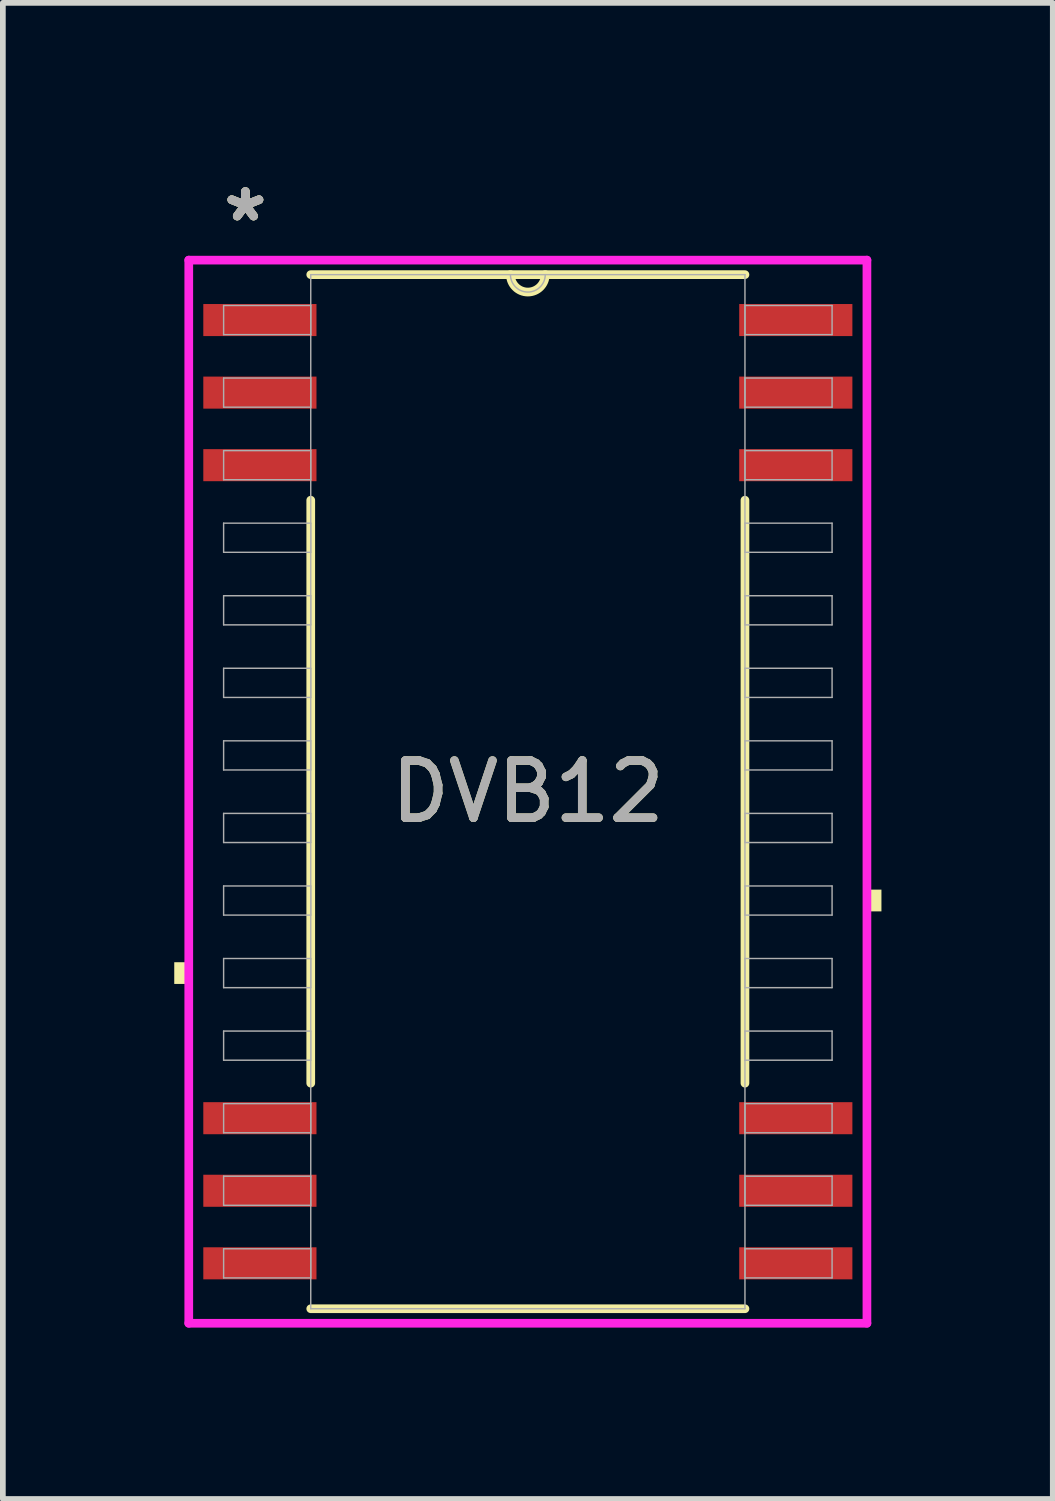
<source format=kicad_pcb>
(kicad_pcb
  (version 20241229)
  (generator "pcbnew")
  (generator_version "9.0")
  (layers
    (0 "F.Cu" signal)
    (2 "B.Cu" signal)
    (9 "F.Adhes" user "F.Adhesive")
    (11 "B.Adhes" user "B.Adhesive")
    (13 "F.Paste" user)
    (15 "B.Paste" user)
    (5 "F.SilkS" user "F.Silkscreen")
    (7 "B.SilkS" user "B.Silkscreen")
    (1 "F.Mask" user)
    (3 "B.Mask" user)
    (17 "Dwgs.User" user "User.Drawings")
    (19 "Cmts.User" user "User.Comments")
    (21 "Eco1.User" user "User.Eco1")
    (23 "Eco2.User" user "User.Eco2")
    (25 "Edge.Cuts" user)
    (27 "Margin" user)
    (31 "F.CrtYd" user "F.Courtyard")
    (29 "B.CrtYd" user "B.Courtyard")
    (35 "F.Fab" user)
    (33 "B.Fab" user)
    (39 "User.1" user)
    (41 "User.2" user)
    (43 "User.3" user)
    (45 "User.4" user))
  (footprint "DVB12"
    (layer "F.Cu")
    (at 6.189 10.807)
    (property "Reference" "DVB12" (at 0 0 0) (unlocked yes) (layer "F.SilkS") (effects (font (size 1 1) (thickness 0.15))))
    (attr smd)
    (fp_line (start -3.8 -5.102) (end -3.8 5.102) (stroke (width 0.152) (type solid)) (layer "F.SilkS"))
    (fp_line (start -3.8 9.05) (end 3.8 9.05) (stroke (width 0.152) (type solid)) (layer "F.SilkS"))
    (fp_line (start 3.8 -9.05) (end -3.8 -9.05) (stroke (width 0.152) (type solid)) (layer "F.SilkS"))
    (fp_line (start 3.8 5.102) (end 3.8 -5.102) (stroke (width 0.152) (type solid)) (layer "F.SilkS"))
    (fp_arc (start 0.3048 -9.05) (mid 0 -8.7452) (end -0.3048 -9.05) (stroke (width 0.1524) (type solid)) (layer "F.SilkS"))
    (fp_poly (pts (xy -6.189 2.985) (xy -6.189 3.365) (xy -5.935 3.365) (xy -5.935 2.985)) (stroke (width 0) (type solid)) (fill yes) (layer "F.SilkS"))
    (fp_poly (pts (xy 6.189 1.714) (xy 6.189 2.095) (xy 5.935 2.095) (xy 5.935 1.714)) (stroke (width 0) (type solid)) (fill yes) (layer "F.SilkS"))
    (fp_line (start -5.935 -9.304) (end 5.935 -9.304) (stroke (width 0.152) (type solid)) (layer "F.CrtYd"))
    (fp_line (start -5.935 9.304) (end -5.935 -9.304) (stroke (width 0.152) (type solid)) (layer "F.CrtYd"))
    (fp_line (start 5.935 -9.304) (end 5.935 9.304) (stroke (width 0.152) (type solid)) (layer "F.CrtYd"))
    (fp_line (start 5.935 9.304) (end -5.935 9.304) (stroke (width 0.152) (type solid)) (layer "F.CrtYd"))
    (fp_line (start -5.325 -8.51) (end -5.325 -8) (stroke (width 0.025) (type solid)) (layer "F.Fab"))
    (fp_line (start -5.325 -8) (end -3.8 -8) (stroke (width 0.025) (type solid)) (layer "F.Fab"))
    (fp_line (start -5.325 -7.24) (end -5.325 -6.73) (stroke (width 0.025) (type solid)) (layer "F.Fab"))
    (fp_line (start -5.325 -6.73) (end -3.8 -6.73) (stroke (width 0.025) (type solid)) (layer "F.Fab"))
    (fp_line (start -5.325 -5.97) (end -5.325 -5.46) (stroke (width 0.025) (type solid)) (layer "F.Fab"))
    (fp_line (start -5.325 -5.46) (end -3.8 -5.46) (stroke (width 0.025) (type solid)) (layer "F.Fab"))
    (fp_line (start -5.325 -4.7) (end -5.325 -4.19) (stroke (width 0.025) (type solid)) (layer "F.Fab"))
    (fp_line (start -5.325 -4.19) (end -3.8 -4.19) (stroke (width 0.025) (type solid)) (layer "F.Fab"))
    (fp_line (start -5.325 -3.43) (end -5.325 -2.92) (stroke (width 0.025) (type solid)) (layer "F.Fab"))
    (fp_line (start -5.325 -2.92) (end -3.8 -2.92) (stroke (width 0.025) (type solid)) (layer "F.Fab"))
    (fp_line (start -5.325 -2.16) (end -5.325 -1.65) (stroke (width 0.025) (type solid)) (layer "F.Fab"))
    (fp_line (start -5.325 -1.65) (end -3.8 -1.65) (stroke (width 0.025) (type solid)) (layer "F.Fab"))
    (fp_line (start -5.325 -0.89) (end -5.325 -0.38) (stroke (width 0.025) (type solid)) (layer "F.Fab"))
    (fp_line (start -5.325 -0.38) (end -3.8 -0.38) (stroke (width 0.025) (type solid)) (layer "F.Fab"))
    (fp_line (start -5.325 0.38) (end -5.325 0.89) (stroke (width 0.025) (type solid)) (layer "F.Fab"))
    (fp_line (start -5.325 0.89) (end -3.8 0.89) (stroke (width 0.025) (type solid)) (layer "F.Fab"))
    (fp_line (start -5.325 1.65) (end -5.325 2.16) (stroke (width 0.025) (type solid)) (layer "F.Fab"))
    (fp_line (start -5.325 2.16) (end -3.8 2.16) (stroke (width 0.025) (type solid)) (layer "F.Fab"))
    (fp_line (start -5.325 2.92) (end -5.325 3.43) (stroke (width 0.025) (type solid)) (layer "F.Fab"))
    (fp_line (start -5.325 3.43) (end -3.8 3.43) (stroke (width 0.025) (type solid)) (layer "F.Fab"))
    (fp_line (start -5.325 4.19) (end -5.325 4.7) (stroke (width 0.025) (type solid)) (layer "F.Fab"))
    (fp_line (start -5.325 4.7) (end -3.8 4.7) (stroke (width 0.025) (type solid)) (layer "F.Fab"))
    (fp_line (start -5.325 5.46) (end -5.325 5.97) (stroke (width 0.025) (type solid)) (layer "F.Fab"))
    (fp_line (start -5.325 5.97) (end -3.8 5.97) (stroke (width 0.025) (type solid)) (layer "F.Fab"))
    (fp_line (start -5.325 6.73) (end -5.325 7.24) (stroke (width 0.025) (type solid)) (layer "F.Fab"))
    (fp_line (start -5.325 7.24) (end -3.8 7.24) (stroke (width 0.025) (type solid)) (layer "F.Fab"))
    (fp_line (start -5.325 8) (end -5.325 8.51) (stroke (width 0.025) (type solid)) (layer "F.Fab"))
    (fp_line (start -5.325 8.51) (end -3.8 8.51) (stroke (width 0.025) (type solid)) (layer "F.Fab"))
    (fp_line (start -3.8 -9.05) (end -3.8 9.05) (stroke (width 0.025) (type solid)) (layer "F.Fab"))
    (fp_line (start -3.8 -8.51) (end -5.325 -8.51) (stroke (width 0.025) (type solid)) (layer "F.Fab"))
    (fp_line (start -3.8 -8) (end -3.8 -8.51) (stroke (width 0.025) (type solid)) (layer "F.Fab"))
    (fp_line (start -3.8 -7.24) (end -5.325 -7.24) (stroke (width 0.025) (type solid)) (layer "F.Fab"))
    (fp_line (start -3.8 -6.73) (end -3.8 -7.24) (stroke (width 0.025) (type solid)) (layer "F.Fab"))
    (fp_line (start -3.8 -5.97) (end -5.325 -5.97) (stroke (width 0.025) (type solid)) (layer "F.Fab"))
    (fp_line (start -3.8 -5.46) (end -3.8 -5.97) (stroke (width 0.025) (type solid)) (layer "F.Fab"))
    (fp_line (start -3.8 -4.7) (end -5.325 -4.7) (stroke (width 0.025) (type solid)) (layer "F.Fab"))
    (fp_line (start -3.8 -4.19) (end -3.8 -4.7) (stroke (width 0.025) (type solid)) (layer "F.Fab"))
    (fp_line (start -3.8 -3.43) (end -5.325 -3.43) (stroke (width 0.025) (type solid)) (layer "F.Fab"))
    (fp_line (start -3.8 -2.92) (end -3.8 -3.43) (stroke (width 0.025) (type solid)) (layer "F.Fab"))
    (fp_line (start -3.8 -2.16) (end -5.325 -2.16) (stroke (width 0.025) (type solid)) (layer "F.Fab"))
    (fp_line (start -3.8 -1.65) (end -3.8 -2.16) (stroke (width 0.025) (type solid)) (layer "F.Fab"))
    (fp_line (start -3.8 -0.89) (end -5.325 -0.89) (stroke (width 0.025) (type solid)) (layer "F.Fab"))
    (fp_line (start -3.8 -0.38) (end -3.8 -0.89) (stroke (width 0.025) (type solid)) (layer "F.Fab"))
    (fp_line (start -3.8 0.38) (end -5.325 0.38) (stroke (width 0.025) (type solid)) (layer "F.Fab"))
    (fp_line (start -3.8 0.89) (end -3.8 0.38) (stroke (width 0.025) (type solid)) (layer "F.Fab"))
    (fp_line (start -3.8 1.65) (end -5.325 1.65) (stroke (width 0.025) (type solid)) (layer "F.Fab"))
    (fp_line (start -3.8 2.16) (end -3.8 1.65) (stroke (width 0.025) (type solid)) (layer "F.Fab"))
    (fp_line (start -3.8 2.92) (end -5.325 2.92) (stroke (width 0.025) (type solid)) (layer "F.Fab"))
    (fp_line (start -3.8 3.43) (end -3.8 2.92) (stroke (width 0.025) (type solid)) (layer "F.Fab"))
    (fp_line (start -3.8 4.19) (end -5.325 4.19) (stroke (width 0.025) (type solid)) (layer "F.Fab"))
    (fp_line (start -3.8 4.7) (end -3.8 4.19) (stroke (width 0.025) (type solid)) (layer "F.Fab"))
    (fp_line (start -3.8 5.46) (end -5.325 5.46) (stroke (width 0.025) (type solid)) (layer "F.Fab"))
    (fp_line (start -3.8 5.97) (end -3.8 5.46) (stroke (width 0.025) (type solid)) (layer "F.Fab"))
    (fp_line (start -3.8 6.73) (end -5.325 6.73) (stroke (width 0.025) (type solid)) (layer "F.Fab"))
    (fp_line (start -3.8 7.24) (end -3.8 6.73) (stroke (width 0.025) (type solid)) (layer "F.Fab"))
    (fp_line (start -3.8 8) (end -5.325 8) (stroke (width 0.025) (type solid)) (layer "F.Fab"))
    (fp_line (start -3.8 8.51) (end -3.8 8) (stroke (width 0.025) (type solid)) (layer "F.Fab"))
    (fp_line (start -3.8 9.05) (end 3.8 9.05) (stroke (width 0.025) (type solid)) (layer "F.Fab"))
    (fp_line (start 3.8 -9.05) (end -3.8 -9.05) (stroke (width 0.025) (type solid)) (layer "F.Fab"))
    (fp_line (start 3.8 -8.51) (end 3.8 -8) (stroke (width 0.025) (type solid)) (layer "F.Fab"))
    (fp_line (start 3.8 -8) (end 5.325 -8) (stroke (width 0.025) (type solid)) (layer "F.Fab"))
    (fp_line (start 3.8 -7.24) (end 3.8 -6.73) (stroke (width 0.025) (type solid)) (layer "F.Fab"))
    (fp_line (start 3.8 -6.73) (end 5.325 -6.73) (stroke (width 0.025) (type solid)) (layer "F.Fab"))
    (fp_line (start 3.8 -5.97) (end 3.8 -5.46) (stroke (width 0.025) (type solid)) (layer "F.Fab"))
    (fp_line (start 3.8 -5.46) (end 5.325 -5.46) (stroke (width 0.025) (type solid)) (layer "F.Fab"))
    (fp_line (start 3.8 -4.7) (end 3.8 -4.19) (stroke (width 0.025) (type solid)) (layer "F.Fab"))
    (fp_line (start 3.8 -4.19) (end 5.325 -4.19) (stroke (width 0.025) (type solid)) (layer "F.Fab"))
    (fp_line (start 3.8 -3.43) (end 3.8 -2.92) (stroke (width 0.025) (type solid)) (layer "F.Fab"))
    (fp_line (start 3.8 -2.92) (end 5.325 -2.92) (stroke (width 0.025) (type solid)) (layer "F.Fab"))
    (fp_line (start 3.8 -2.16) (end 3.8 -1.65) (stroke (width 0.025) (type solid)) (layer "F.Fab"))
    (fp_line (start 3.8 -1.65) (end 5.325 -1.65) (stroke (width 0.025) (type solid)) (layer "F.Fab"))
    (fp_line (start 3.8 -0.89) (end 3.8 -0.38) (stroke (width 0.025) (type solid)) (layer "F.Fab"))
    (fp_line (start 3.8 -0.38) (end 5.325 -0.38) (stroke (width 0.025) (type solid)) (layer "F.Fab"))
    (fp_line (start 3.8 0.38) (end 3.8 0.89) (stroke (width 0.025) (type solid)) (layer "F.Fab"))
    (fp_line (start 3.8 0.89) (end 5.325 0.89) (stroke (width 0.025) (type solid)) (layer "F.Fab"))
    (fp_line (start 3.8 1.65) (end 3.8 2.16) (stroke (width 0.025) (type solid)) (layer "F.Fab"))
    (fp_line (start 3.8 2.16) (end 5.325 2.16) (stroke (width 0.025) (type solid)) (layer "F.Fab"))
    (fp_line (start 3.8 2.92) (end 3.8 3.43) (stroke (width 0.025) (type solid)) (layer "F.Fab"))
    (fp_line (start 3.8 3.43) (end 5.325 3.43) (stroke (width 0.025) (type solid)) (layer "F.Fab"))
    (fp_line (start 3.8 4.19) (end 3.8 4.7) (stroke (width 0.025) (type solid)) (layer "F.Fab"))
    (fp_line (start 3.8 4.7) (end 5.325 4.7) (stroke (width 0.025) (type solid)) (layer "F.Fab"))
    (fp_line (start 3.8 5.46) (end 3.8 5.97) (stroke (width 0.025) (type solid)) (layer "F.Fab"))
    (fp_line (start 3.8 5.97) (end 5.325 5.97) (stroke (width 0.025) (type solid)) (layer "F.Fab"))
    (fp_line (start 3.8 6.73) (end 3.8 7.24) (stroke (width 0.025) (type solid)) (layer "F.Fab"))
    (fp_line (start 3.8 7.24) (end 5.325 7.24) (stroke (width 0.025) (type solid)) (layer "F.Fab"))
    (fp_line (start 3.8 8) (end 3.8 8.51) (stroke (width 0.025) (type solid)) (layer "F.Fab"))
    (fp_line (start 3.8 8.51) (end 5.325 8.51) (stroke (width 0.025) (type solid)) (layer "F.Fab"))
    (fp_line (start 3.8 9.05) (end 3.8 -9.05) (stroke (width 0.025) (type solid)) (layer "F.Fab"))
    (fp_line (start 5.325 -8.51) (end 3.8 -8.51) (stroke (width 0.025) (type solid)) (layer "F.Fab"))
    (fp_line (start 5.325 -8) (end 5.325 -8.51) (stroke (width 0.025) (type solid)) (layer "F.Fab"))
    (fp_line (start 5.325 -7.24) (end 3.8 -7.24) (stroke (width 0.025) (type solid)) (layer "F.Fab"))
    (fp_line (start 5.325 -6.73) (end 5.325 -7.24) (stroke (width 0.025) (type solid)) (layer "F.Fab"))
    (fp_line (start 5.325 -5.97) (end 3.8 -5.97) (stroke (width 0.025) (type solid)) (layer "F.Fab"))
    (fp_line (start 5.325 -5.46) (end 5.325 -5.97) (stroke (width 0.025) (type solid)) (layer "F.Fab"))
    (fp_line (start 5.325 -4.7) (end 3.8 -4.7) (stroke (width 0.025) (type solid)) (layer "F.Fab"))
    (fp_line (start 5.325 -4.19) (end 5.325 -4.7) (stroke (width 0.025) (type solid)) (layer "F.Fab"))
    (fp_line (start 5.325 -3.43) (end 3.8 -3.43) (stroke (width 0.025) (type solid)) (layer "F.Fab"))
    (fp_line (start 5.325 -2.92) (end 5.325 -3.43) (stroke (width 0.025) (type solid)) (layer "F.Fab"))
    (fp_line (start 5.325 -2.16) (end 3.8 -2.16) (stroke (width 0.025) (type solid)) (layer "F.Fab"))
    (fp_line (start 5.325 -1.65) (end 5.325 -2.16) (stroke (width 0.025) (type solid)) (layer "F.Fab"))
    (fp_line (start 5.325 -0.89) (end 3.8 -0.89) (stroke (width 0.025) (type solid)) (layer "F.Fab"))
    (fp_line (start 5.325 -0.38) (end 5.325 -0.89) (stroke (width 0.025) (type solid)) (layer "F.Fab"))
    (fp_line (start 5.325 0.38) (end 3.8 0.38) (stroke (width 0.025) (type solid)) (layer "F.Fab"))
    (fp_line (start 5.325 0.89) (end 5.325 0.38) (stroke (width 0.025) (type solid)) (layer "F.Fab"))
    (fp_line (start 5.325 1.65) (end 3.8 1.65) (stroke (width 0.025) (type solid)) (layer "F.Fab"))
    (fp_line (start 5.325 2.16) (end 5.325 1.65) (stroke (width 0.025) (type solid)) (layer "F.Fab"))
    (fp_line (start 5.325 2.92) (end 3.8 2.92) (stroke (width 0.025) (type solid)) (layer "F.Fab"))
    (fp_line (start 5.325 3.43) (end 5.325 2.92) (stroke (width 0.025) (type solid)) (layer "F.Fab"))
    (fp_line (start 5.325 4.19) (end 3.8 4.19) (stroke (width 0.025) (type solid)) (layer "F.Fab"))
    (fp_line (start 5.325 4.7) (end 5.325 4.19) (stroke (width 0.025) (type solid)) (layer "F.Fab"))
    (fp_line (start 5.325 5.46) (end 3.8 5.46) (stroke (width 0.025) (type solid)) (layer "F.Fab"))
    (fp_line (start 5.325 5.97) (end 5.325 5.46) (stroke (width 0.025) (type solid)) (layer "F.Fab"))
    (fp_line (start 5.325 6.73) (end 3.8 6.73) (stroke (width 0.025) (type solid)) (layer "F.Fab"))
    (fp_line (start 5.325 7.24) (end 5.325 6.73) (stroke (width 0.025) (type solid)) (layer "F.Fab"))
    (fp_line (start 5.325 8) (end 3.8 8) (stroke (width 0.025) (type solid)) (layer "F.Fab"))
    (fp_line (start 5.325 8.51) (end 5.325 8) (stroke (width 0.025) (type solid)) (layer "F.Fab"))
    (fp_arc (start 0.3048 -9.05) (mid 0 -8.7452) (end -0.3048 -9.05) (stroke (width 0.0254) (type solid)) (layer "F.Fab"))
    (fp_text user "*" (at -4.944 -9.959 0) (layer "F.SilkS") (effects (font (size 1 1) (thickness 0.15))))
    (fp_text user "*" (at -4.944 -9.959 0) (unlocked yes) (layer "F.SilkS") (effects (font (size 1 1) (thickness 0.15))))
    (fp_text user "*" (at -4.944 -9.959 0) (unlocked yes) (layer "F.Fab") (effects (font (size 1 1) (thickness 0.15))))
    (fp_text user "*" (at -4.944 -9.959 0) (layer "F.Fab") (effects (font (size 1 1) (thickness 0.15))))
    (fp_text user "${REFERENCE}" (at 0 0 0) (unlocked yes) (layer "F.Fab") (effects (font (size 1 1) (thickness 0.15))))
    (pad "1" smd rect (at -4.69 -8.255) (size 1.981 0.561) (layers "F.Cu" "F.Mask" "F.Paste"))
    (pad "2" smd rect (at -4.69 -6.985) (size 1.981 0.561) (layers "F.Cu" "F.Mask" "F.Paste"))
    (pad "3" smd rect (at -4.69 -5.715) (size 1.981 0.561) (layers "F.Cu" "F.Mask" "F.Paste"))
    (pad "12" smd rect (at -4.69 5.715) (size 1.981 0.561) (layers "F.Cu" "F.Mask" "F.Paste"))
    (pad "13" smd rect (at -4.69 6.985) (size 1.981 0.561) (layers "F.Cu" "F.Mask" "F.Paste"))
    (pad "14" smd rect (at -4.69 8.255) (size 1.981 0.561) (layers "F.Cu" "F.Mask" "F.Paste"))
    (pad "15" smd rect (at 4.69 8.255) (size 1.981 0.561) (layers "F.Cu" "F.Mask" "F.Paste"))
    (pad "16" smd rect (at 4.69 6.985) (size 1.981 0.561) (layers "F.Cu" "F.Mask" "F.Paste"))
    (pad "17" smd rect (at 4.69 5.715) (size 1.981 0.561) (layers "F.Cu" "F.Mask" "F.Paste"))
    (pad "26" smd rect (at 4.69 -5.715) (size 1.981 0.561) (layers "F.Cu" "F.Mask" "F.Paste"))
    (pad "27" smd rect (at 4.69 -6.985) (size 1.981 0.561) (layers "F.Cu" "F.Mask" "F.Paste"))
    (pad "28" smd rect (at 4.69 -8.255) (size 1.981 0.561) (layers "F.Cu" "F.Mask" "F.Paste")))
  (gr_rect
    (start -3 -3)
    (end 15.377 23.187)
    (stroke (width 0.1) (type default))
    (fill no)
    (layer "Edge.Cuts")))
</source>
